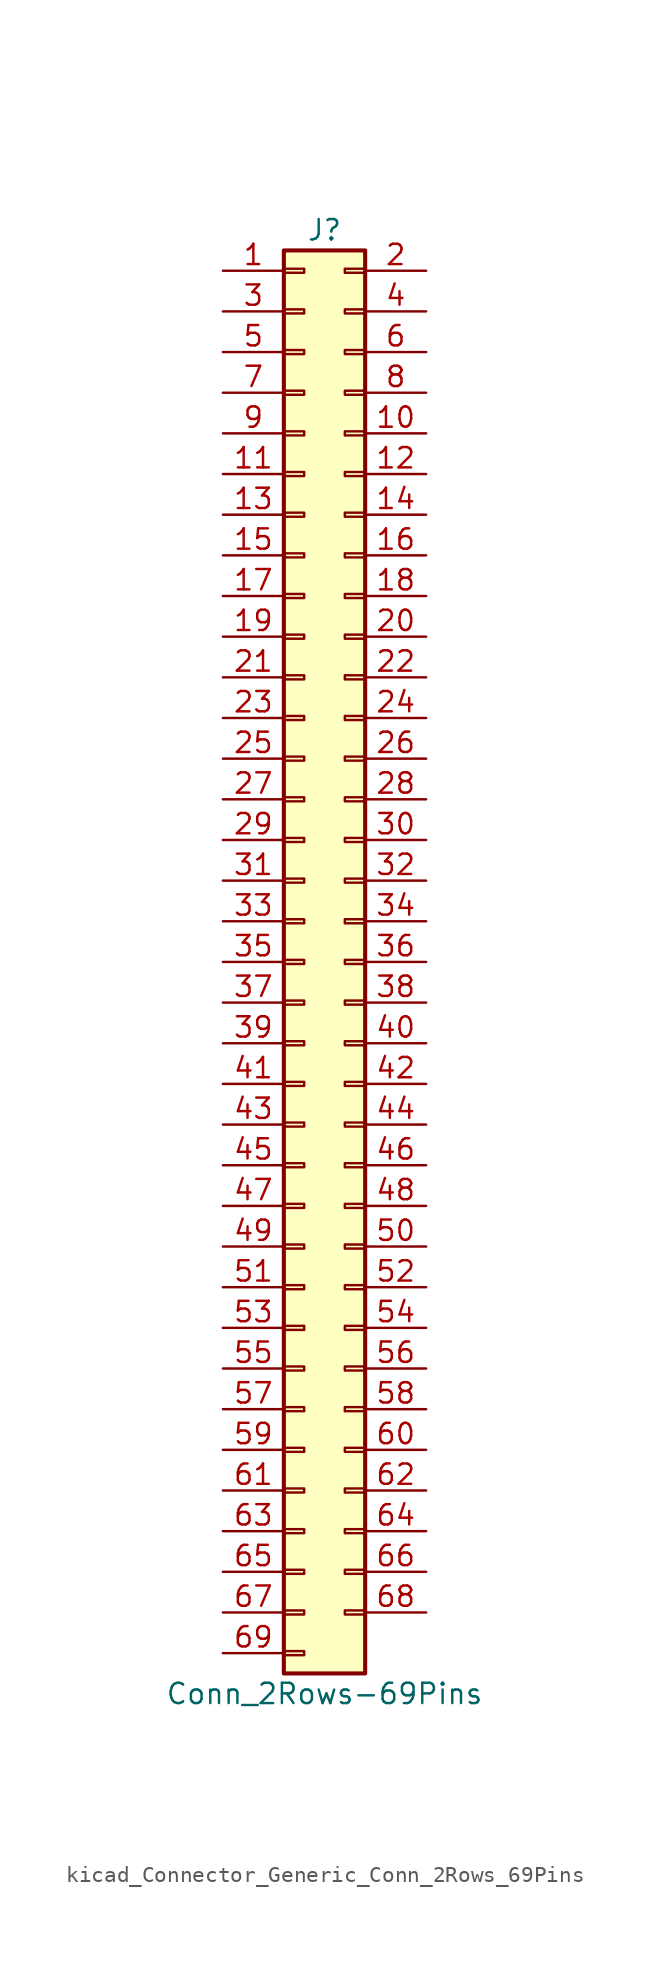
<source format=kicad_sym>
(kicad_symbol_lib
  (version 20220914)
  (generator kicad_symbol_editor)
  (symbol "kicad_Connector_Generic_Conn_2Rows_69Pins"
    (pin_names
      (offset 1.016) hide)
    (property "Reference" "J"
      (at 1.27 45.72 0)
      (effects (font (size 1.27 1.27))))
    (property "Value" "Conn_2Rows-69Pins"
      (at 1.27 -45.72 0)
      (effects (font (size 1.27 1.27))))
    (symbol "kicad_Connector_Generic_Conn_2Rows_69Pins_1_1"
      (rectangle (start -1.27 -43.053) (end 0 -43.307) (stroke (width 0.152) (type default)) (fill (type none)))
      (rectangle (start -1.27 -40.513) (end 0 -40.767) (stroke (width 0.152) (type default)) (fill (type none)))
      (rectangle (start -1.27 -37.973) (end 0 -38.227) (stroke (width 0.152) (type default)) (fill (type none)))
      (rectangle (start -1.27 -35.433) (end 0 -35.687) (stroke (width 0.152) (type default)) (fill (type none)))
      (rectangle (start -1.27 -32.893) (end 0 -33.147) (stroke (width 0.152) (type default)) (fill (type none)))
      (rectangle (start -1.27 -30.353) (end 0 -30.607) (stroke (width 0.152) (type default)) (fill (type none)))
      (rectangle (start -1.27 -27.813) (end 0 -28.067) (stroke (width 0.152) (type default)) (fill (type none)))
      (rectangle (start -1.27 -25.273) (end 0 -25.527) (stroke (width 0.152) (type default)) (fill (type none)))
      (rectangle (start -1.27 -22.733) (end 0 -22.987) (stroke (width 0.152) (type default)) (fill (type none)))
      (rectangle (start -1.27 -20.193) (end 0 -20.447) (stroke (width 0.152) (type default)) (fill (type none)))
      (rectangle (start -1.27 -17.653) (end 0 -17.907) (stroke (width 0.152) (type default)) (fill (type none)))
      (rectangle (start -1.27 -15.113) (end 0 -15.367) (stroke (width 0.152) (type default)) (fill (type none)))
      (rectangle (start -1.27 -12.573) (end 0 -12.827) (stroke (width 0.152) (type default)) (fill (type none)))
      (rectangle (start -1.27 -10.033) (end 0 -10.287) (stroke (width 0.152) (type default)) (fill (type none)))
      (rectangle (start -1.27 -7.493) (end 0 -7.747) (stroke (width 0.152) (type default)) (fill (type none)))
      (rectangle (start -1.27 -4.953) (end 0 -5.207) (stroke (width 0.152) (type default)) (fill (type none)))
      (rectangle (start -1.27 -2.413) (end 0 -2.667) (stroke (width 0.152) (type default)) (fill (type none)))
      (rectangle (start -1.27 0.127) (end 0 -0.127) (stroke (width 0.152) (type default)) (fill (type none)))
      (rectangle (start -1.27 2.667) (end 0 2.413) (stroke (width 0.152) (type default)) (fill (type none)))
      (rectangle (start -1.27 5.207) (end 0 4.953) (stroke (width 0.152) (type default)) (fill (type none)))
      (rectangle (start -1.27 7.747) (end 0 7.493) (stroke (width 0.152) (type default)) (fill (type none)))
      (rectangle (start -1.27 10.287) (end 0 10.033) (stroke (width 0.152) (type default)) (fill (type none)))
      (rectangle (start -1.27 12.827) (end 0 12.573) (stroke (width 0.152) (type default)) (fill (type none)))
      (rectangle (start -1.27 15.367) (end 0 15.113) (stroke (width 0.152) (type default)) (fill (type none)))
      (rectangle (start -1.27 17.907) (end 0 17.653) (stroke (width 0.152) (type default)) (fill (type none)))
      (rectangle (start -1.27 20.447) (end 0 20.193) (stroke (width 0.152) (type default)) (fill (type none)))
      (rectangle (start -1.27 22.987) (end 0 22.733) (stroke (width 0.152) (type default)) (fill (type none)))
      (rectangle (start -1.27 25.527) (end 0 25.273) (stroke (width 0.152) (type default)) (fill (type none)))
      (rectangle (start -1.27 28.067) (end 0 27.813) (stroke (width 0.152) (type default)) (fill (type none)))
      (rectangle (start -1.27 30.607) (end 0 30.353) (stroke (width 0.152) (type default)) (fill (type none)))
      (rectangle (start -1.27 33.147) (end 0 32.893) (stroke (width 0.152) (type default)) (fill (type none)))
      (rectangle (start -1.27 35.687) (end 0 35.433) (stroke (width 0.152) (type default)) (fill (type none)))
      (rectangle (start -1.27 38.227) (end 0 37.973) (stroke (width 0.152) (type default)) (fill (type none)))
      (rectangle (start -1.27 40.767) (end 0 40.513) (stroke (width 0.152) (type default)) (fill (type none)))
      (rectangle (start -1.27 43.307) (end 0 43.053) (stroke (width 0.152) (type default)) (fill (type none)))
      (rectangle (start -1.27 44.45) (end 3.81 -44.45) (stroke (width 0.254) (type default)) (fill (type background)))
      (rectangle (start 3.81 -40.513) (end 2.54 -40.767) (stroke (width 0.152) (type default)) (fill (type none)))
      (rectangle (start 3.81 -37.973) (end 2.54 -38.227) (stroke (width 0.152) (type default)) (fill (type none)))
      (rectangle (start 3.81 -35.433) (end 2.54 -35.687) (stroke (width 0.152) (type default)) (fill (type none)))
      (rectangle (start 3.81 -32.893) (end 2.54 -33.147) (stroke (width 0.152) (type default)) (fill (type none)))
      (rectangle (start 3.81 -30.353) (end 2.54 -30.607) (stroke (width 0.152) (type default)) (fill (type none)))
      (rectangle (start 3.81 -27.813) (end 2.54 -28.067) (stroke (width 0.152) (type default)) (fill (type none)))
      (rectangle (start 3.81 -25.273) (end 2.54 -25.527) (stroke (width 0.152) (type default)) (fill (type none)))
      (rectangle (start 3.81 -22.733) (end 2.54 -22.987) (stroke (width 0.152) (type default)) (fill (type none)))
      (rectangle (start 3.81 -20.193) (end 2.54 -20.447) (stroke (width 0.152) (type default)) (fill (type none)))
      (rectangle (start 3.81 -17.653) (end 2.54 -17.907) (stroke (width 0.152) (type default)) (fill (type none)))
      (rectangle (start 3.81 -15.113) (end 2.54 -15.367) (stroke (width 0.152) (type default)) (fill (type none)))
      (rectangle (start 3.81 -12.573) (end 2.54 -12.827) (stroke (width 0.152) (type default)) (fill (type none)))
      (rectangle (start 3.81 -10.033) (end 2.54 -10.287) (stroke (width 0.152) (type default)) (fill (type none)))
      (rectangle (start 3.81 -7.493) (end 2.54 -7.747) (stroke (width 0.152) (type default)) (fill (type none)))
      (rectangle (start 3.81 -4.953) (end 2.54 -5.207) (stroke (width 0.152) (type default)) (fill (type none)))
      (rectangle (start 3.81 -2.413) (end 2.54 -2.667) (stroke (width 0.152) (type default)) (fill (type none)))
      (rectangle (start 3.81 0.127) (end 2.54 -0.127) (stroke (width 0.152) (type default)) (fill (type none)))
      (rectangle (start 3.81 2.667) (end 2.54 2.413) (stroke (width 0.152) (type default)) (fill (type none)))
      (rectangle (start 3.81 5.207) (end 2.54 4.953) (stroke (width 0.152) (type default)) (fill (type none)))
      (rectangle (start 3.81 7.747) (end 2.54 7.493) (stroke (width 0.152) (type default)) (fill (type none)))
      (rectangle (start 3.81 10.287) (end 2.54 10.033) (stroke (width 0.152) (type default)) (fill (type none)))
      (rectangle (start 3.81 12.827) (end 2.54 12.573) (stroke (width 0.152) (type default)) (fill (type none)))
      (rectangle (start 3.81 15.367) (end 2.54 15.113) (stroke (width 0.152) (type default)) (fill (type none)))
      (rectangle (start 3.81 17.907) (end 2.54 17.653) (stroke (width 0.152) (type default)) (fill (type none)))
      (rectangle (start 3.81 20.447) (end 2.54 20.193) (stroke (width 0.152) (type default)) (fill (type none)))
      (rectangle (start 3.81 22.987) (end 2.54 22.733) (stroke (width 0.152) (type default)) (fill (type none)))
      (rectangle (start 3.81 25.527) (end 2.54 25.273) (stroke (width 0.152) (type default)) (fill (type none)))
      (rectangle (start 3.81 28.067) (end 2.54 27.813) (stroke (width 0.152) (type default)) (fill (type none)))
      (rectangle (start 3.81 30.607) (end 2.54 30.353) (stroke (width 0.152) (type default)) (fill (type none)))
      (rectangle (start 3.81 33.147) (end 2.54 32.893) (stroke (width 0.152) (type default)) (fill (type none)))
      (rectangle (start 3.81 35.687) (end 2.54 35.433) (stroke (width 0.152) (type default)) (fill (type none)))
      (rectangle (start 3.81 38.227) (end 2.54 37.973) (stroke (width 0.152) (type default)) (fill (type none)))
      (rectangle (start 3.81 40.767) (end 2.54 40.513) (stroke (width 0.152) (type default)) (fill (type none)))
      (rectangle (start 3.81 43.307) (end 2.54 43.053) (stroke (width 0.152) (type default)) (fill (type none)))
      (pin passive line (at -5.08 43.18 0) (length 3.81) (name "Pin_1" (effects (font (size 1.27 1.27)))) (number "1" (effects (font (size 1.27 1.27)))))
      (pin passive line (at 7.62 33.02 180) (length 3.81) (name "Pin_10" (effects (font (size 1.27 1.27)))) (number "10" (effects (font (size 1.27 1.27)))))
      (pin passive line (at -5.08 30.48 0) (length 3.81) (name "Pin_11" (effects (font (size 1.27 1.27)))) (number "11" (effects (font (size 1.27 1.27)))))
      (pin passive line (at 7.62 30.48 180) (length 3.81) (name "Pin_12" (effects (font (size 1.27 1.27)))) (number "12" (effects (font (size 1.27 1.27)))))
      (pin passive line (at -5.08 27.94 0) (length 3.81) (name "Pin_13" (effects (font (size 1.27 1.27)))) (number "13" (effects (font (size 1.27 1.27)))))
      (pin passive line (at 7.62 27.94 180) (length 3.81) (name "Pin_14" (effects (font (size 1.27 1.27)))) (number "14" (effects (font (size 1.27 1.27)))))
      (pin passive line (at -5.08 25.4 0) (length 3.81) (name "Pin_15" (effects (font (size 1.27 1.27)))) (number "15" (effects (font (size 1.27 1.27)))))
      (pin passive line (at 7.62 25.4 180) (length 3.81) (name "Pin_16" (effects (font (size 1.27 1.27)))) (number "16" (effects (font (size 1.27 1.27)))))
      (pin passive line (at -5.08 22.86 0) (length 3.81) (name "Pin_17" (effects (font (size 1.27 1.27)))) (number "17" (effects (font (size 1.27 1.27)))))
      (pin passive line (at 7.62 22.86 180) (length 3.81) (name "Pin_18" (effects (font (size 1.27 1.27)))) (number "18" (effects (font (size 1.27 1.27)))))
      (pin passive line (at -5.08 20.32 0) (length 3.81) (name "Pin_19" (effects (font (size 1.27 1.27)))) (number "19" (effects (font (size 1.27 1.27)))))
      (pin passive line (at 7.62 43.18 180) (length 3.81) (name "Pin_2" (effects (font (size 1.27 1.27)))) (number "2" (effects (font (size 1.27 1.27)))))
      (pin passive line (at 7.62 20.32 180) (length 3.81) (name "Pin_20" (effects (font (size 1.27 1.27)))) (number "20" (effects (font (size 1.27 1.27)))))
      (pin passive line (at -5.08 17.78 0) (length 3.81) (name "Pin_21" (effects (font (size 1.27 1.27)))) (number "21" (effects (font (size 1.27 1.27)))))
      (pin passive line (at 7.62 17.78 180) (length 3.81) (name "Pin_22" (effects (font (size 1.27 1.27)))) (number "22" (effects (font (size 1.27 1.27)))))
      (pin passive line (at -5.08 15.24 0) (length 3.81) (name "Pin_23" (effects (font (size 1.27 1.27)))) (number "23" (effects (font (size 1.27 1.27)))))
      (pin passive line (at 7.62 15.24 180) (length 3.81) (name "Pin_24" (effects (font (size 1.27 1.27)))) (number "24" (effects (font (size 1.27 1.27)))))
      (pin passive line (at -5.08 12.7 0) (length 3.81) (name "Pin_25" (effects (font (size 1.27 1.27)))) (number "25" (effects (font (size 1.27 1.27)))))
      (pin passive line (at 7.62 12.7 180) (length 3.81) (name "Pin_26" (effects (font (size 1.27 1.27)))) (number "26" (effects (font (size 1.27 1.27)))))
      (pin passive line (at -5.08 10.16 0) (length 3.81) (name "Pin_27" (effects (font (size 1.27 1.27)))) (number "27" (effects (font (size 1.27 1.27)))))
      (pin passive line (at 7.62 10.16 180) (length 3.81) (name "Pin_28" (effects (font (size 1.27 1.27)))) (number "28" (effects (font (size 1.27 1.27)))))
      (pin passive line (at -5.08 7.62 0) (length 3.81) (name "Pin_29" (effects (font (size 1.27 1.27)))) (number "29" (effects (font (size 1.27 1.27)))))
      (pin passive line (at -5.08 40.64 0) (length 3.81) (name "Pin_3" (effects (font (size 1.27 1.27)))) (number "3" (effects (font (size 1.27 1.27)))))
      (pin passive line (at 7.62 7.62 180) (length 3.81) (name "Pin_30" (effects (font (size 1.27 1.27)))) (number "30" (effects (font (size 1.27 1.27)))))
      (pin passive line (at -5.08 5.08 0) (length 3.81) (name "Pin_31" (effects (font (size 1.27 1.27)))) (number "31" (effects (font (size 1.27 1.27)))))
      (pin passive line (at 7.62 5.08 180) (length 3.81) (name "Pin_32" (effects (font (size 1.27 1.27)))) (number "32" (effects (font (size 1.27 1.27)))))
      (pin passive line (at -5.08 2.54 0) (length 3.81) (name "Pin_33" (effects (font (size 1.27 1.27)))) (number "33" (effects (font (size 1.27 1.27)))))
      (pin passive line (at 7.62 2.54 180) (length 3.81) (name "Pin_34" (effects (font (size 1.27 1.27)))) (number "34" (effects (font (size 1.27 1.27)))))
      (pin passive line (at -5.08 0 0) (length 3.81) (name "Pin_35" (effects (font (size 1.27 1.27)))) (number "35" (effects (font (size 1.27 1.27)))))
      (pin passive line (at 7.62 0 180) (length 3.81) (name "Pin_36" (effects (font (size 1.27 1.27)))) (number "36" (effects (font (size 1.27 1.27)))))
      (pin passive line (at -5.08 -2.54 0) (length 3.81) (name "Pin_37" (effects (font (size 1.27 1.27)))) (number "37" (effects (font (size 1.27 1.27)))))
      (pin passive line (at 7.62 -2.54 180) (length 3.81) (name "Pin_38" (effects (font (size 1.27 1.27)))) (number "38" (effects (font (size 1.27 1.27)))))
      (pin passive line (at -5.08 -5.08 0) (length 3.81) (name "Pin_39" (effects (font (size 1.27 1.27)))) (number "39" (effects (font (size 1.27 1.27)))))
      (pin passive line (at 7.62 40.64 180) (length 3.81) (name "Pin_4" (effects (font (size 1.27 1.27)))) (number "4" (effects (font (size 1.27 1.27)))))
      (pin passive line (at 7.62 -5.08 180) (length 3.81) (name "Pin_40" (effects (font (size 1.27 1.27)))) (number "40" (effects (font (size 1.27 1.27)))))
      (pin passive line (at -5.08 -7.62 0) (length 3.81) (name "Pin_41" (effects (font (size 1.27 1.27)))) (number "41" (effects (font (size 1.27 1.27)))))
      (pin passive line (at 7.62 -7.62 180) (length 3.81) (name "Pin_42" (effects (font (size 1.27 1.27)))) (number "42" (effects (font (size 1.27 1.27)))))
      (pin passive line (at -5.08 -10.16 0) (length 3.81) (name "Pin_43" (effects (font (size 1.27 1.27)))) (number "43" (effects (font (size 1.27 1.27)))))
      (pin passive line (at 7.62 -10.16 180) (length 3.81) (name "Pin_44" (effects (font (size 1.27 1.27)))) (number "44" (effects (font (size 1.27 1.27)))))
      (pin passive line (at -5.08 -12.7 0) (length 3.81) (name "Pin_45" (effects (font (size 1.27 1.27)))) (number "45" (effects (font (size 1.27 1.27)))))
      (pin passive line (at 7.62 -12.7 180) (length 3.81) (name "Pin_46" (effects (font (size 1.27 1.27)))) (number "46" (effects (font (size 1.27 1.27)))))
      (pin passive line (at -5.08 -15.24 0) (length 3.81) (name "Pin_47" (effects (font (size 1.27 1.27)))) (number "47" (effects (font (size 1.27 1.27)))))
      (pin passive line (at 7.62 -15.24 180) (length 3.81) (name "Pin_48" (effects (font (size 1.27 1.27)))) (number "48" (effects (font (size 1.27 1.27)))))
      (pin passive line (at -5.08 -17.78 0) (length 3.81) (name "Pin_49" (effects (font (size 1.27 1.27)))) (number "49" (effects (font (size 1.27 1.27)))))
      (pin passive line (at -5.08 38.1 0) (length 3.81) (name "Pin_5" (effects (font (size 1.27 1.27)))) (number "5" (effects (font (size 1.27 1.27)))))
      (pin passive line (at 7.62 -17.78 180) (length 3.81) (name "Pin_50" (effects (font (size 1.27 1.27)))) (number "50" (effects (font (size 1.27 1.27)))))
      (pin passive line (at -5.08 -20.32 0) (length 3.81) (name "Pin_51" (effects (font (size 1.27 1.27)))) (number "51" (effects (font (size 1.27 1.27)))))
      (pin passive line (at 7.62 -20.32 180) (length 3.81) (name "Pin_52" (effects (font (size 1.27 1.27)))) (number "52" (effects (font (size 1.27 1.27)))))
      (pin passive line (at -5.08 -22.86 0) (length 3.81) (name "Pin_53" (effects (font (size 1.27 1.27)))) (number "53" (effects (font (size 1.27 1.27)))))
      (pin passive line (at 7.62 -22.86 180) (length 3.81) (name "Pin_54" (effects (font (size 1.27 1.27)))) (number "54" (effects (font (size 1.27 1.27)))))
      (pin passive line (at -5.08 -25.4 0) (length 3.81) (name "Pin_55" (effects (font (size 1.27 1.27)))) (number "55" (effects (font (size 1.27 1.27)))))
      (pin passive line (at 7.62 -25.4 180) (length 3.81) (name "Pin_56" (effects (font (size 1.27 1.27)))) (number "56" (effects (font (size 1.27 1.27)))))
      (pin passive line (at -5.08 -27.94 0) (length 3.81) (name "Pin_57" (effects (font (size 1.27 1.27)))) (number "57" (effects (font (size 1.27 1.27)))))
      (pin passive line (at 7.62 -27.94 180) (length 3.81) (name "Pin_58" (effects (font (size 1.27 1.27)))) (number "58" (effects (font (size 1.27 1.27)))))
      (pin passive line (at -5.08 -30.48 0) (length 3.81) (name "Pin_59" (effects (font (size 1.27 1.27)))) (number "59" (effects (font (size 1.27 1.27)))))
      (pin passive line (at 7.62 38.1 180) (length 3.81) (name "Pin_6" (effects (font (size 1.27 1.27)))) (number "6" (effects (font (size 1.27 1.27)))))
      (pin passive line (at 7.62 -30.48 180) (length 3.81) (name "Pin_60" (effects (font (size 1.27 1.27)))) (number "60" (effects (font (size 1.27 1.27)))))
      (pin passive line (at -5.08 -33.02 0) (length 3.81) (name "Pin_61" (effects (font (size 1.27 1.27)))) (number "61" (effects (font (size 1.27 1.27)))))
      (pin passive line (at 7.62 -33.02 180) (length 3.81) (name "Pin_62" (effects (font (size 1.27 1.27)))) (number "62" (effects (font (size 1.27 1.27)))))
      (pin passive line (at -5.08 -35.56 0) (length 3.81) (name "Pin_63" (effects (font (size 1.27 1.27)))) (number "63" (effects (font (size 1.27 1.27)))))
      (pin passive line (at 7.62 -35.56 180) (length 3.81) (name "Pin_64" (effects (font (size 1.27 1.27)))) (number "64" (effects (font (size 1.27 1.27)))))
      (pin passive line (at -5.08 -38.1 0) (length 3.81) (name "Pin_65" (effects (font (size 1.27 1.27)))) (number "65" (effects (font (size 1.27 1.27)))))
      (pin passive line (at 7.62 -38.1 180) (length 3.81) (name "Pin_66" (effects (font (size 1.27 1.27)))) (number "66" (effects (font (size 1.27 1.27)))))
      (pin passive line (at -5.08 -40.64 0) (length 3.81) (name "Pin_67" (effects (font (size 1.27 1.27)))) (number "67" (effects (font (size 1.27 1.27)))))
      (pin passive line (at 7.62 -40.64 180) (length 3.81) (name "Pin_68" (effects (font (size 1.27 1.27)))) (number "68" (effects (font (size 1.27 1.27)))))
      (pin passive line (at -5.08 -43.18 0) (length 3.81) (name "Pin_69" (effects (font (size 1.27 1.27)))) (number "69" (effects (font (size 1.27 1.27)))))
      (pin passive line (at -5.08 35.56 0) (length 3.81) (name "Pin_7" (effects (font (size 1.27 1.27)))) (number "7" (effects (font (size 1.27 1.27)))))
      (pin passive line (at 7.62 35.56 180) (length 3.81) (name "Pin_8" (effects (font (size 1.27 1.27)))) (number "8" (effects (font (size 1.27 1.27)))))
      (pin passive line (at -5.08 33.02 0) (length 3.81) (name "Pin_9" (effects (font (size 1.27 1.27)))) (number "9" (effects (font (size 1.27 1.27))))))))
</source>
